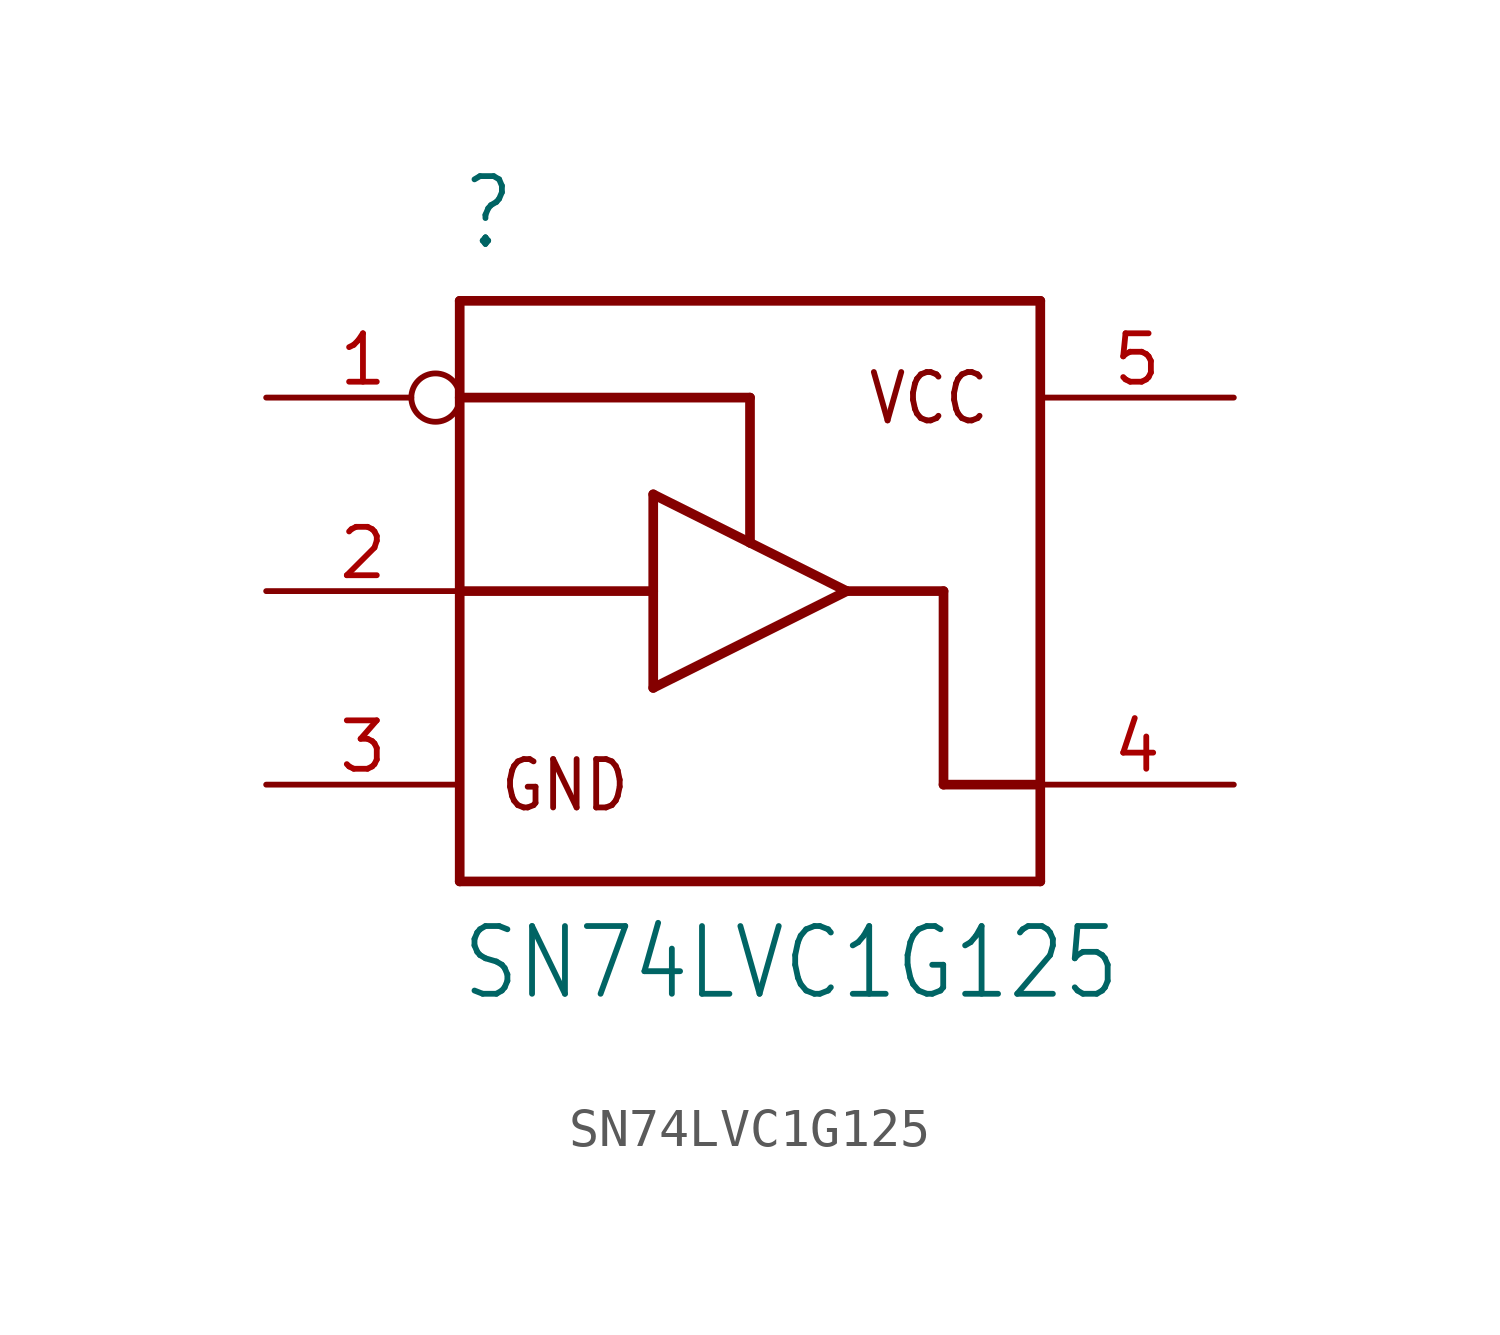
<source format=kicad_sym>
(kicad_symbol_lib
  (version 20211014)
  (generator kicad_symbol_editor)
  (symbol "SN74LVC1G125"
    (property "Reference" ""
      (at -7.62 8.89 0)
      (effects (font (size 1.778 1.511)) (justify left bottom)))
    (property "Value" "SN74LVC1G125"
      (at -7.62 -10.795 0)
      (effects (font (size 1.778 1.511)) (justify left bottom)))
    (property "ki_locked" ""
      (at 0 0 0)
      (effects (font (size 1.27 1.27))))
    (symbol "SN74LVC1G125_1_0"
      (polyline (pts (xy -7.62 -7.62) (xy 7.62 -7.62)) (stroke (width 0.254) (type default) (color 0 0 0 0)) (fill (type none)))
      (polyline (pts (xy -7.62 0) (xy -2.54 0)) (stroke (width 0.254) (type default) (color 0 0 0 0)) (fill (type none)))
      (polyline (pts (xy -7.62 5.08) (xy 0 5.08)) (stroke (width 0.254) (type default) (color 0 0 0 0)) (fill (type none)))
      (polyline (pts (xy -7.62 7.62) (xy -7.62 -7.62)) (stroke (width 0.254) (type default) (color 0 0 0 0)) (fill (type none)))
      (polyline (pts (xy -2.54 2.54) (xy -2.54 -2.54)) (stroke (width 0.254) (type default) (color 0 0 0 0)) (fill (type none)))
      (polyline (pts (xy -2.54 2.54) (xy 0 1.27)) (stroke (width 0.254) (type default) (color 0 0 0 0)) (fill (type none)))
      (polyline (pts (xy 0 1.27) (xy 2.54 0)) (stroke (width 0.254) (type default) (color 0 0 0 0)) (fill (type none)))
      (polyline (pts (xy 0 5.08) (xy 0 1.27)) (stroke (width 0.254) (type default) (color 0 0 0 0)) (fill (type none)))
      (polyline (pts (xy 2.54 0) (xy -2.54 -2.54)) (stroke (width 0.254) (type default) (color 0 0 0 0)) (fill (type none)))
      (polyline (pts (xy 2.54 0) (xy 5.08 0)) (stroke (width 0.254) (type default) (color 0 0 0 0)) (fill (type none)))
      (polyline (pts (xy 5.08 -5.08) (xy 7.62 -5.08)) (stroke (width 0.254) (type default) (color 0 0 0 0)) (fill (type none)))
      (polyline (pts (xy 5.08 0) (xy 5.08 -5.08)) (stroke (width 0.254) (type default) (color 0 0 0 0)) (fill (type none)))
      (polyline (pts (xy 7.62 -7.62) (xy 7.62 7.62)) (stroke (width 0.254) (type default) (color 0 0 0 0)) (fill (type none)))
      (polyline (pts (xy 7.62 7.62) (xy -7.62 7.62)) (stroke (width 0.254) (type default) (color 0 0 0 0)) (fill (type none)))
      (text "GND" (at -6.604 -5.842 0) (effects (font (size 1.27 1.079)) (justify left bottom)))
      (text "VCC" (at 3.048 4.318 0) (effects (font (size 1.27 1.079)) (justify left bottom)))
      (pin bidirectional inverted (at -12.7 5.08 0) (length 5.08) (name "P$1" (effects (font (size 0 0)))) (number "1" (effects (font (size 1.27 1.27)))))
      (pin bidirectional line (at -12.7 0 0) (length 5.08) (name "P$2" (effects (font (size 0 0)))) (number "2" (effects (font (size 1.27 1.27)))))
      (pin bidirectional line (at -12.7 -5.08 0) (length 5.08) (name "P$3" (effects (font (size 0 0)))) (number "3" (effects (font (size 1.27 1.27)))))
      (pin bidirectional line (at 12.7 -5.08 180) (length 5.08) (name "P$4" (effects (font (size 0 0)))) (number "4" (effects (font (size 1.27 1.27)))))
      (pin bidirectional line (at 12.7 5.08 180) (length 5.08) (name "P$5" (effects (font (size 0 0)))) (number "5" (effects (font (size 1.27 1.27))))))))
</source>
